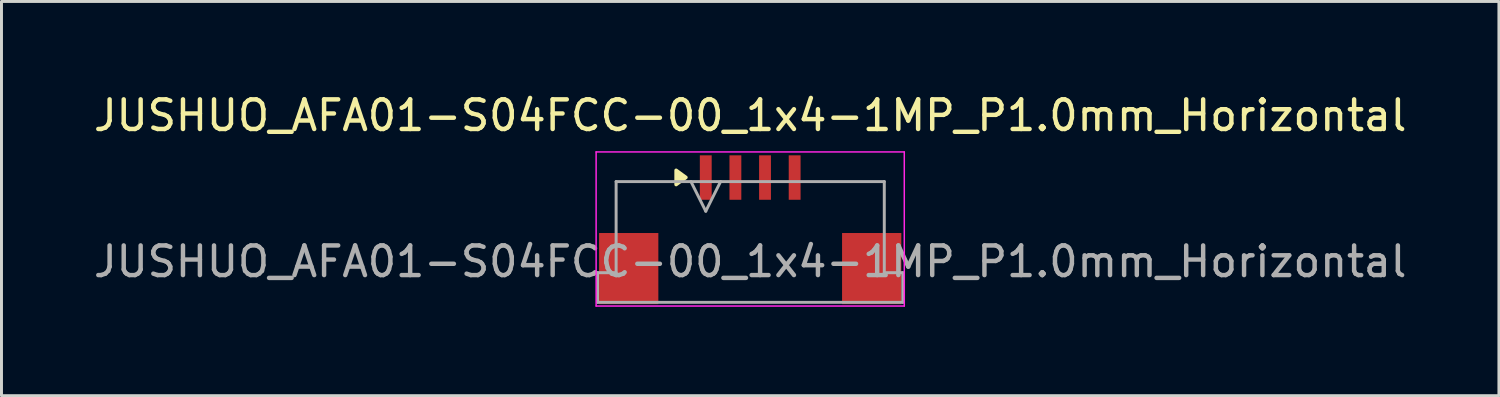
<source format=kicad_pcb>
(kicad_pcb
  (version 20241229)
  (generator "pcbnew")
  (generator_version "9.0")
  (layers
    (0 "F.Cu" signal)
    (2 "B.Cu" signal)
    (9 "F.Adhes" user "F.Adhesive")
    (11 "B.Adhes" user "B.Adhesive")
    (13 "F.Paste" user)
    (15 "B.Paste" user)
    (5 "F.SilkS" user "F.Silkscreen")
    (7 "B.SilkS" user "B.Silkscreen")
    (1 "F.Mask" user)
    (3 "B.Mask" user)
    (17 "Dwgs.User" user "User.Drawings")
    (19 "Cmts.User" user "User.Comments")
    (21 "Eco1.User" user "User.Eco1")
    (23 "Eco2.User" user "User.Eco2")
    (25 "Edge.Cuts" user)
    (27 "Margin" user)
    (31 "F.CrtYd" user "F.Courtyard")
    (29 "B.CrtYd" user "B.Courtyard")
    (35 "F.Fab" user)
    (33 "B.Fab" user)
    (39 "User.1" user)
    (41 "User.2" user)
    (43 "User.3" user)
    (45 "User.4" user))
  (footprint "JUSHUO_AFA01-S04FCC-00_1x4-1MP_P1.0mm_Horizontal"
    (layer "F.Cu")
    (at 22.268 4.478)
    (property "Reference" "JUSHUO_AFA01-S04FCC-00_1x4-1MP_P1.0mm_Horizontal" (at 0 -3.63 0) (layer "F.SilkS") (effects (font (size 1 1) (thickness 0.15))))
    (attr smd)
    (fp_poly (pts (xy -2.17 -1.54) (xy -2.5 -1.78) (xy -2.5 -1.3) (xy -2.17 -1.54)) (stroke (width 0.12) (type solid)) (fill yes) (layer "F.SilkS"))
    (fp_line (start -5.2 -2.4) (end -5.2 2.8) (stroke (width 0.05) (type solid)) (layer "F.CrtYd"))
    (fp_line (start -5.2 2.8) (end 5.2 2.8) (stroke (width 0.05) (type solid)) (layer "F.CrtYd"))
    (fp_line (start 5.2 -2.4) (end -5.2 -2.4) (stroke (width 0.05) (type solid)) (layer "F.CrtYd"))
    (fp_line (start 5.2 2.8) (end 5.2 -2.4) (stroke (width 0.05) (type solid)) (layer "F.CrtYd"))
    (fp_line (start -5.15 1.675) (end -4.525 1.675) (stroke (width 0.1) (type solid)) (layer "F.Fab"))
    (fp_line (start -5.15 2.675) (end -5.15 1.675) (stroke (width 0.1) (type solid)) (layer "F.Fab"))
    (fp_line (start -4.525 -1.4) (end 4.525 -1.4) (stroke (width 0.1) (type solid)) (layer "F.Fab"))
    (fp_line (start -4.525 1.675) (end -4.525 -1.4) (stroke (width 0.1) (type solid)) (layer "F.Fab"))
    (fp_line (start -2 -1.4) (end -1.5 -0.4) (stroke (width 0.1) (type solid)) (layer "F.Fab"))
    (fp_line (start -1.5 -0.4) (end -1 -1.4) (stroke (width 0.1) (type solid)) (layer "F.Fab"))
    (fp_line (start 4.525 -1.4) (end 4.525 1.675) (stroke (width 0.1) (type solid)) (layer "F.Fab"))
    (fp_line (start 4.525 1.675) (end 5.15 1.675) (stroke (width 0.1) (type solid)) (layer "F.Fab"))
    (fp_line (start 5.15 1.675) (end 5.15 2.675) (stroke (width 0.1) (type solid)) (layer "F.Fab"))
    (fp_line (start 5.15 2.675) (end -5.15 2.675) (stroke (width 0.1) (type default)) (layer "F.Fab"))
    (fp_text user "${REFERENCE}" (at 0 1.3 0) (layer "F.Fab") (effects (font (size 1 1) (thickness 0.15))))
    (pad "1" smd rect (at -1.5 -1.536) (size 0.4 1.5) (layers "F.Cu" "F.Mask" "F.Paste"))
    (pad "2" smd rect (at -0.5 -1.536) (size 0.4 1.5) (layers "F.Cu" "F.Mask" "F.Paste"))
    (pad "3" smd rect (at 0.5 -1.536) (size 0.4 1.5) (layers "F.Cu" "F.Mask" "F.Paste"))
    (pad "4" smd rect (at 1.5 -1.536) (size 0.4 1.5) (layers "F.Cu" "F.Mask" "F.Paste"))
    (pad "5" smd rect (at -4.1 1.536) (size 2 2.4) (layers "F.Cu" "F.Mask" "F.Paste"))
    (pad "6" smd rect (at 4.1 1.536) (size 2 2.4) (layers "F.Cu" "F.Mask" "F.Paste")))
  (gr_rect
    (start -3 -3)
    (end 47.536 10.303)
    (stroke (width 0.1) (type default))
    (fill no)
    (layer "Edge.Cuts")))
</source>
